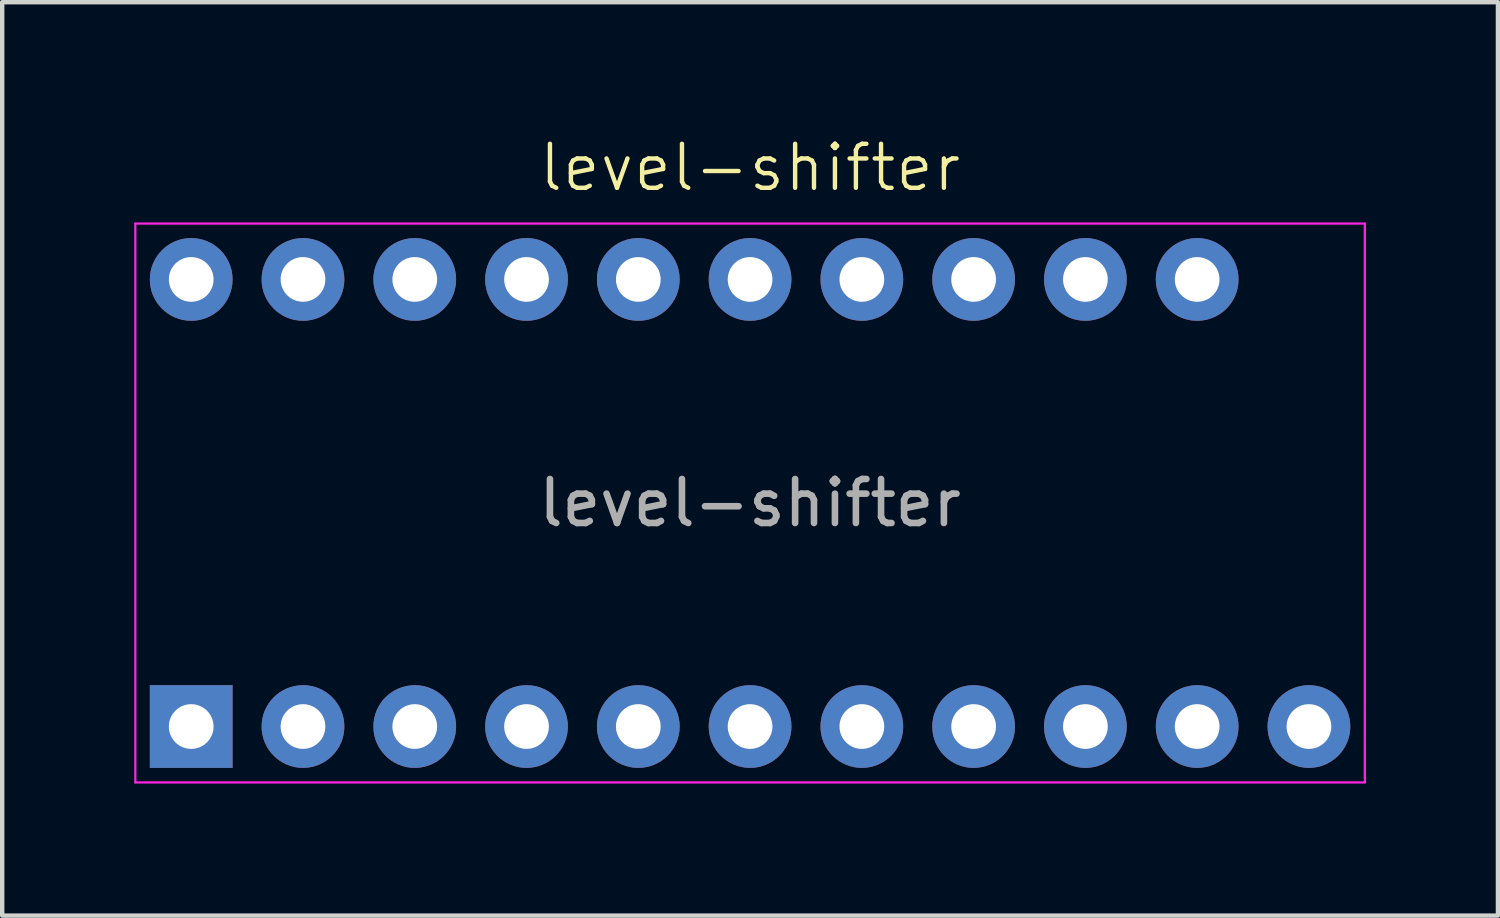
<source format=kicad_pcb>
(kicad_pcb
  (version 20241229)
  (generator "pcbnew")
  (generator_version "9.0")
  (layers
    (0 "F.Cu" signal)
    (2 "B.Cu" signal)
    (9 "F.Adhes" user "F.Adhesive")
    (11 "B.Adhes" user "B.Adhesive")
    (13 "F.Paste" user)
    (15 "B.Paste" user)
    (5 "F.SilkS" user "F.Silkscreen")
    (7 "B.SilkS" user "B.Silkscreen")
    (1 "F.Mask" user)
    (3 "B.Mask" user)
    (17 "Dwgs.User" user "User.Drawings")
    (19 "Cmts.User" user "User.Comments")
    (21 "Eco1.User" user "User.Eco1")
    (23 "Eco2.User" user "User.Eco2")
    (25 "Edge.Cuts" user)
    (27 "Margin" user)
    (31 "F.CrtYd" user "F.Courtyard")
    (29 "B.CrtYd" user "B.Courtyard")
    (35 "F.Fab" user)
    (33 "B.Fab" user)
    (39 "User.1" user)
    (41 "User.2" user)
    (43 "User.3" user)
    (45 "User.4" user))
  (footprint "level-shifter"
    (layer "F.Cu")
    (at 13.995 8.38)
    (property "Reference" "level-shifter" (at 0 -7.62 0) (unlocked yes) (layer "F.SilkS") (effects (font (size 1 1) (thickness 0.1))))
    (attr through_hole)
    (fp_line (start -13.97 -6.35) (end -13.97 6.35) (stroke (width 0.05) (type solid)) (layer "F.CrtYd"))
    (fp_line (start -13.97 6.35) (end 13.97 6.35) (stroke (width 0.05) (type solid)) (layer "F.CrtYd"))
    (fp_line (start 13.97 -6.35) (end -13.97 -6.35) (stroke (width 0.05) (type solid)) (layer "F.CrtYd"))
    (fp_line (start 13.97 6.35) (end 13.97 -6.35) (stroke (width 0.05) (type solid)) (layer "F.CrtYd"))
    (fp_text user "${REFERENCE}" (at 0 0 0) (unlocked yes) (layer "F.Fab") (effects (font (size 1 1) (thickness 0.15))))
    (pad "1" thru_hole rect (at -12.7 5.08 270) (size 1.88 1.88) (drill 1.016) (layers "*.Cu" "*.Mask"))
    (pad "2" thru_hole circle (at -10.16 5.08 270) (size 1.88 1.88) (drill 1.016) (layers "*.Cu" "*.Mask"))
    (pad "3" thru_hole circle (at -7.62 5.08 270) (size 1.88 1.88) (drill 1.016) (layers "*.Cu" "*.Mask"))
    (pad "4" thru_hole circle (at -5.08 5.08 270) (size 1.88 1.88) (drill 1.016) (layers "*.Cu" "*.Mask"))
    (pad "5" thru_hole circle (at -2.54 5.08 270) (size 1.88 1.88) (drill 1.016) (layers "*.Cu" "*.Mask"))
    (pad "6" thru_hole circle (at 0 5.08 270) (size 1.88 1.88) (drill 1.016) (layers "*.Cu" "*.Mask"))
    (pad "7" thru_hole circle (at 2.54 5.08 270) (size 1.88 1.88) (drill 1.016) (layers "*.Cu" "*.Mask"))
    (pad "8" thru_hole circle (at 5.08 5.08 270) (size 1.88 1.88) (drill 1.016) (layers "*.Cu" "*.Mask"))
    (pad "9" thru_hole circle (at 7.62 5.08 270) (size 1.88 1.88) (drill 1.016) (layers "*.Cu" "*.Mask"))
    (pad "10" thru_hole circle (at 10.16 5.08 270) (size 1.88 1.88) (drill 1.016) (layers "*.Cu" "*.Mask"))
    (pad "11" thru_hole circle (at 12.7 5.08 270) (size 1.88 1.88) (drill 1.016) (layers "*.Cu" "*.Mask"))
    (pad "12" thru_hole circle (at -12.7 -5.08 270) (size 1.88 1.88) (drill 1.016) (layers "*.Cu" "*.Mask"))
    (pad "13" thru_hole circle (at -10.16 -5.08 270) (size 1.88 1.88) (drill 1.016) (layers "*.Cu" "*.Mask"))
    (pad "14" thru_hole circle (at -7.62 -5.08 270) (size 1.88 1.88) (drill 1.016) (layers "*.Cu" "*.Mask"))
    (pad "15" thru_hole circle (at -5.08 -5.08 270) (size 1.88 1.88) (drill 1.016) (layers "*.Cu" "*.Mask"))
    (pad "16" thru_hole circle (at -2.54 -5.08 270) (size 1.88 1.88) (drill 1.016) (layers "*.Cu" "*.Mask"))
    (pad "17" thru_hole circle (at 0 -5.08 270) (size 1.88 1.88) (drill 1.016) (layers "*.Cu" "*.Mask"))
    (pad "18" thru_hole circle (at 2.54 -5.08 270) (size 1.88 1.88) (drill 1.016) (layers "*.Cu" "*.Mask"))
    (pad "19" thru_hole circle (at 5.08 -5.08 270) (size 1.88 1.88) (drill 1.016) (layers "*.Cu" "*.Mask"))
    (pad "20" thru_hole circle (at 7.62 -5.08 270) (size 1.88 1.88) (drill 1.016) (layers "*.Cu" "*.Mask"))
    (pad "21" thru_hole circle (at 10.16 -5.08 270) (size 1.88 1.88) (drill 1.016) (layers "*.Cu" "*.Mask")))
  (gr_rect
    (start -3 -3)
    (end 30.99 17.756)
    (stroke (width 0.1) (type default))
    (fill no)
    (layer "Edge.Cuts")))
</source>
